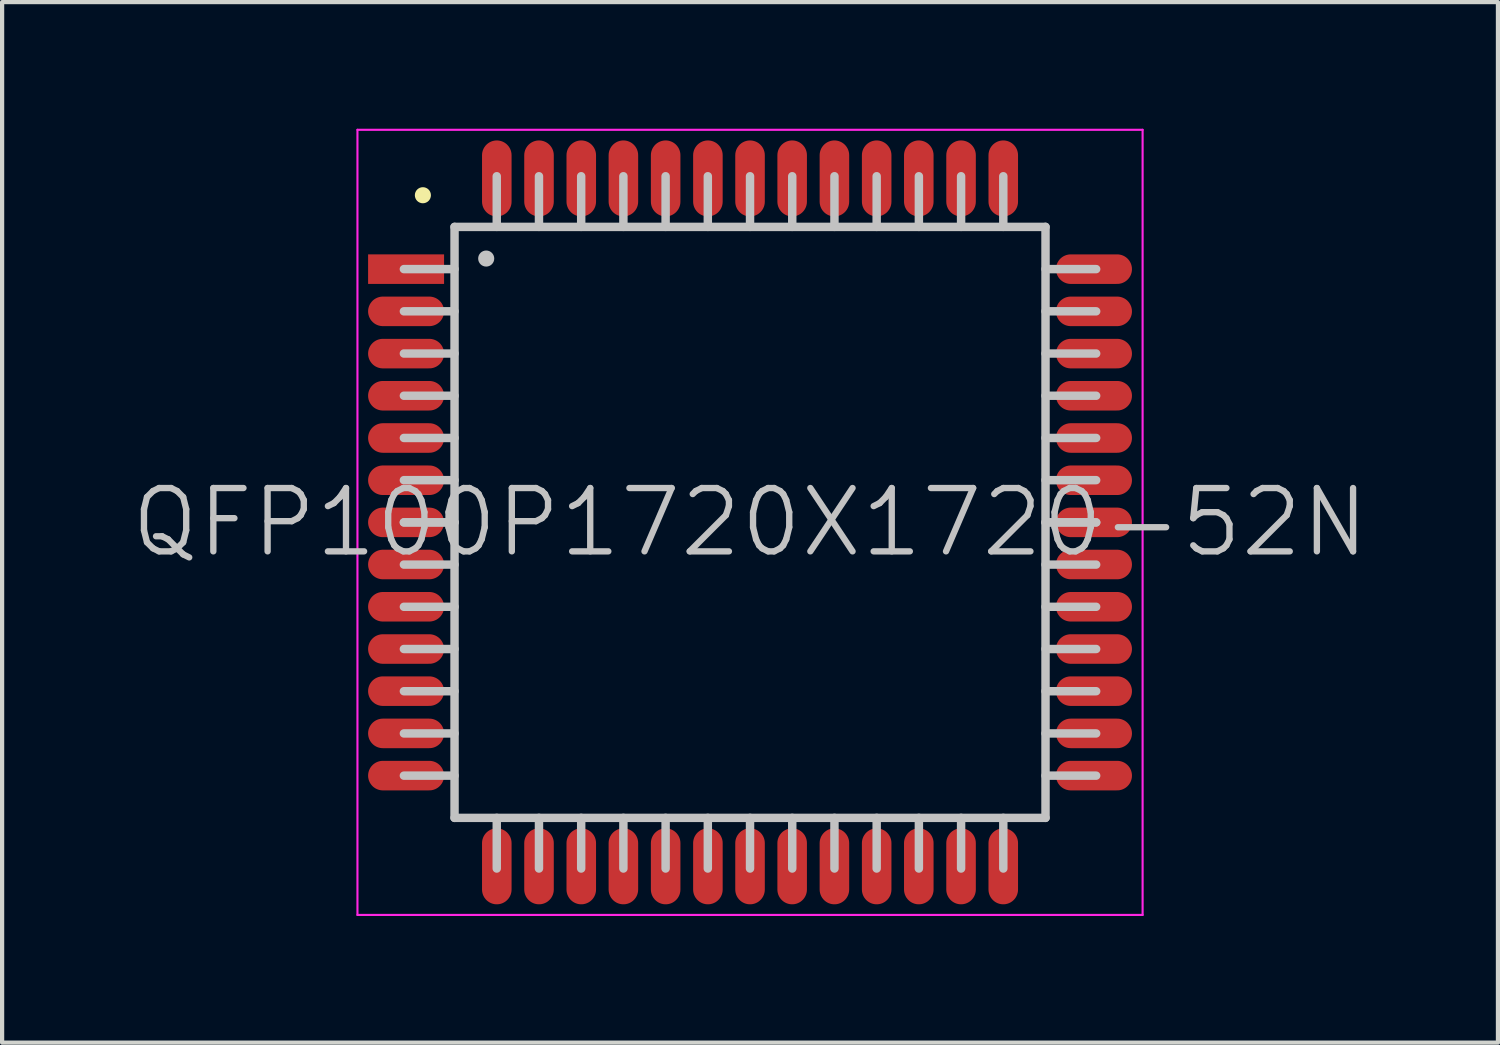
<source format=kicad_pcb>
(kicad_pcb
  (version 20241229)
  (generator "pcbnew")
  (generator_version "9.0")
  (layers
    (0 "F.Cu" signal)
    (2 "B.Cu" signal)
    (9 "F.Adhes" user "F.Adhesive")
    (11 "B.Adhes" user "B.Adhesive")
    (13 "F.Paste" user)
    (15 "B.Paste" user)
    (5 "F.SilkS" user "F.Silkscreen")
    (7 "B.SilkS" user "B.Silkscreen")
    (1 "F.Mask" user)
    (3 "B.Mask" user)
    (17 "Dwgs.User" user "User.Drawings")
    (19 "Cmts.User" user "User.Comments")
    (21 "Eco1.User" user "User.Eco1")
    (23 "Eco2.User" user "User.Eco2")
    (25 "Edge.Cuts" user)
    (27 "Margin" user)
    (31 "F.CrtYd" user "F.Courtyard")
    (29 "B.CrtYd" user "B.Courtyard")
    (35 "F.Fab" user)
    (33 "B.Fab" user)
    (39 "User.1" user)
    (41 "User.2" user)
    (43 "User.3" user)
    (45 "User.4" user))
  (footprint "QFP100P1720X1720-52N"
    (layer "F.Cu")
    (at 14.718 9.325)
    (property "Reference" "QFP100P1720X1720-52N" (at 0 0 0) (layer "Dwgs.User") (effects (font (size 1.5 1.5) (thickness 0.15))))
    (attr smd)
    (fp_line (start -7.75 -7.75) (end -7.75 -7.75) (stroke (width 0.381) (type solid)) (layer "F.SilkS"))
    (fp_line (start -7 -7) (end -7 7) (stroke (width 0.2) (type solid)) (layer "Dwgs.User"))
    (fp_line (start -7 -7) (end 7 -7) (stroke (width 0.2) (type solid)) (layer "Dwgs.User"))
    (fp_line (start -7 -6) (end -8.2 -6) (stroke (width 0.2) (type solid)) (layer "Dwgs.User"))
    (fp_line (start -7 -5) (end -8.2 -5) (stroke (width 0.2) (type solid)) (layer "Dwgs.User"))
    (fp_line (start -7 -4) (end -8.2 -4) (stroke (width 0.2) (type solid)) (layer "Dwgs.User"))
    (fp_line (start -7 -3) (end -8.2 -3) (stroke (width 0.2) (type solid)) (layer "Dwgs.User"))
    (fp_line (start -7 -2) (end -8.2 -2) (stroke (width 0.2) (type solid)) (layer "Dwgs.User"))
    (fp_line (start -7 -1) (end -8.2 -1) (stroke (width 0.2) (type solid)) (layer "Dwgs.User"))
    (fp_line (start -7 0) (end -8.2 0) (stroke (width 0.2) (type solid)) (layer "Dwgs.User"))
    (fp_line (start -7 0) (end -8.2 0) (stroke (width 0.2) (type solid)) (layer "Dwgs.User"))
    (fp_line (start -7 1) (end -8.2 1) (stroke (width 0.2) (type solid)) (layer "Dwgs.User"))
    (fp_line (start -7 2) (end -8.2 2) (stroke (width 0.2) (type solid)) (layer "Dwgs.User"))
    (fp_line (start -7 3) (end -8.2 3) (stroke (width 0.2) (type solid)) (layer "Dwgs.User"))
    (fp_line (start -7 4) (end -8.2 4) (stroke (width 0.2) (type solid)) (layer "Dwgs.User"))
    (fp_line (start -7 5) (end -8.2 5) (stroke (width 0.2) (type solid)) (layer "Dwgs.User"))
    (fp_line (start -7 6) (end -8.2 6) (stroke (width 0.2) (type solid)) (layer "Dwgs.User"))
    (fp_line (start -7 7) (end 7 7) (stroke (width 0.2) (type solid)) (layer "Dwgs.User"))
    (fp_line (start -6.25 -6.25) (end -6.25 -6.25) (stroke (width 0.381) (type solid)) (layer "Dwgs.User"))
    (fp_line (start -6 -7) (end -6 -8.2) (stroke (width 0.2) (type solid)) (layer "Dwgs.User"))
    (fp_line (start -6 8.2) (end -6 7) (stroke (width 0.2) (type solid)) (layer "Dwgs.User"))
    (fp_line (start -5 -7) (end -5 -8.2) (stroke (width 0.2) (type solid)) (layer "Dwgs.User"))
    (fp_line (start -5 8.2) (end -5 7) (stroke (width 0.2) (type solid)) (layer "Dwgs.User"))
    (fp_line (start -4 -7) (end -4 -8.2) (stroke (width 0.2) (type solid)) (layer "Dwgs.User"))
    (fp_line (start -4 8.2) (end -4 7) (stroke (width 0.2) (type solid)) (layer "Dwgs.User"))
    (fp_line (start -3 -7) (end -3 -8.2) (stroke (width 0.2) (type solid)) (layer "Dwgs.User"))
    (fp_line (start -3 8.2) (end -3 7) (stroke (width 0.2) (type solid)) (layer "Dwgs.User"))
    (fp_line (start -2 -7) (end -2 -8.2) (stroke (width 0.2) (type solid)) (layer "Dwgs.User"))
    (fp_line (start -2 8.2) (end -2 7) (stroke (width 0.2) (type solid)) (layer "Dwgs.User"))
    (fp_line (start -1 -7) (end -1 -8.2) (stroke (width 0.2) (type solid)) (layer "Dwgs.User"))
    (fp_line (start -1 8.2) (end -1 7) (stroke (width 0.2) (type solid)) (layer "Dwgs.User"))
    (fp_line (start 0 -7) (end 0 -8.2) (stroke (width 0.2) (type solid)) (layer "Dwgs.User"))
    (fp_line (start 0 8.2) (end 0 7) (stroke (width 0.2) (type solid)) (layer "Dwgs.User"))
    (fp_line (start 1 -7) (end 1 -8.2) (stroke (width 0.2) (type solid)) (layer "Dwgs.User"))
    (fp_line (start 1 8.2) (end 1 7) (stroke (width 0.2) (type solid)) (layer "Dwgs.User"))
    (fp_line (start 2 -7) (end 2 -8.2) (stroke (width 0.2) (type solid)) (layer "Dwgs.User"))
    (fp_line (start 2 8.2) (end 2 7) (stroke (width 0.2) (type solid)) (layer "Dwgs.User"))
    (fp_line (start 3 -7) (end 3 -8.2) (stroke (width 0.2) (type solid)) (layer "Dwgs.User"))
    (fp_line (start 3 8.2) (end 3 7) (stroke (width 0.2) (type solid)) (layer "Dwgs.User"))
    (fp_line (start 4 -7) (end 4 -8.2) (stroke (width 0.2) (type solid)) (layer "Dwgs.User"))
    (fp_line (start 4 8.2) (end 4 7) (stroke (width 0.2) (type solid)) (layer "Dwgs.User"))
    (fp_line (start 5 -7) (end 5 -8.2) (stroke (width 0.2) (type solid)) (layer "Dwgs.User"))
    (fp_line (start 5 8.2) (end 5 7) (stroke (width 0.2) (type solid)) (layer "Dwgs.User"))
    (fp_line (start 6 -7) (end 6 -8.2) (stroke (width 0.2) (type solid)) (layer "Dwgs.User"))
    (fp_line (start 6 8.2) (end 6 7) (stroke (width 0.2) (type solid)) (layer "Dwgs.User"))
    (fp_line (start 7 -7) (end 7 7) (stroke (width 0.2) (type solid)) (layer "Dwgs.User"))
    (fp_line (start 8.2 -6) (end 7 -6) (stroke (width 0.2) (type solid)) (layer "Dwgs.User"))
    (fp_line (start 8.2 -5) (end 7 -5) (stroke (width 0.2) (type solid)) (layer "Dwgs.User"))
    (fp_line (start 8.2 -4) (end 7 -4) (stroke (width 0.2) (type solid)) (layer "Dwgs.User"))
    (fp_line (start 8.2 -3) (end 7 -3) (stroke (width 0.2) (type solid)) (layer "Dwgs.User"))
    (fp_line (start 8.2 -2) (end 7 -2) (stroke (width 0.2) (type solid)) (layer "Dwgs.User"))
    (fp_line (start 8.2 -1) (end 7 -1) (stroke (width 0.2) (type solid)) (layer "Dwgs.User"))
    (fp_line (start 8.2 0) (end 7 0) (stroke (width 0.2) (type solid)) (layer "Dwgs.User"))
    (fp_line (start 8.2 0) (end 7 0) (stroke (width 0.2) (type solid)) (layer "Dwgs.User"))
    (fp_line (start 8.2 1) (end 7 1) (stroke (width 0.2) (type solid)) (layer "Dwgs.User"))
    (fp_line (start 8.2 2) (end 7 2) (stroke (width 0.2) (type solid)) (layer "Dwgs.User"))
    (fp_line (start 8.2 3) (end 7 3) (stroke (width 0.2) (type solid)) (layer "Dwgs.User"))
    (fp_line (start 8.2 4) (end 7 4) (stroke (width 0.2) (type solid)) (layer "Dwgs.User"))
    (fp_line (start 8.2 5) (end 7 5) (stroke (width 0.2) (type solid)) (layer "Dwgs.User"))
    (fp_line (start 8.2 6) (end 7 6) (stroke (width 0.2) (type solid)) (layer "Dwgs.User"))
    (fp_line (start -9.3 -9.3) (end -9.3 9.3) (stroke (width 0.05) (type solid)) (layer "F.CrtYd"))
    (fp_line (start -9.3 -9.3) (end 9.3 -9.3) (stroke (width 0.05) (type solid)) (layer "F.CrtYd"))
    (fp_line (start -9.3 9.3) (end 9.3 9.3) (stroke (width 0.05) (type solid)) (layer "F.CrtYd"))
    (fp_line (start 9.3 -9.3) (end 9.3 9.3) (stroke (width 0.05) (type solid)) (layer "F.CrtYd"))
    (pad "1" smd rect (at -8.148 -5.999 90) (size 0.7 1.8) (layers "F.Cu" "F.Mask" "F.Paste"))
    (pad "2" smd oval (at -8.148 -4.999 90) (size 0.7 1.8) (layers "F.Cu" "F.Mask" "F.Paste"))
    (pad "3" smd oval (at -8.148 -3.998 90) (size 0.7 1.8) (layers "F.Cu" "F.Mask" "F.Paste"))
    (pad "4" smd oval (at -8.148 -3 90) (size 0.7 1.8) (layers "F.Cu" "F.Mask" "F.Paste"))
    (pad "5" smd oval (at -8.148 -1.999 90) (size 0.7 1.8) (layers "F.Cu" "F.Mask" "F.Paste"))
    (pad "6" smd oval (at -8.148 -0.998 90) (size 0.7 1.8) (layers "F.Cu" "F.Mask" "F.Paste"))
    (pad "7" smd oval (at -8.148 0 90) (size 0.7 1.8) (layers "F.Cu" "F.Mask" "F.Paste"))
    (pad "8" smd oval (at -8.148 0.998 90) (size 0.7 1.8) (layers "F.Cu" "F.Mask" "F.Paste"))
    (pad "9" smd oval (at -8.148 1.999 90) (size 0.7 1.8) (layers "F.Cu" "F.Mask" "F.Paste"))
    (pad "10" smd oval (at -8.148 3 90) (size 0.7 1.8) (layers "F.Cu" "F.Mask" "F.Paste"))
    (pad "11" smd oval (at -8.148 3.998 90) (size 0.7 1.8) (layers "F.Cu" "F.Mask" "F.Paste"))
    (pad "12" smd oval (at -8.148 4.999 90) (size 0.7 1.8) (layers "F.Cu" "F.Mask" "F.Paste"))
    (pad "13" smd oval (at -8.148 5.999 90) (size 0.7 1.8) (layers "F.Cu" "F.Mask" "F.Paste"))
    (pad "14" smd oval (at -5.999 8.148 180) (size 0.7 1.8) (layers "F.Cu" "F.Mask" "F.Paste"))
    (pad "15" smd oval (at -4.999 8.148 180) (size 0.7 1.8) (layers "F.Cu" "F.Mask" "F.Paste"))
    (pad "16" smd oval (at -3.998 8.148 180) (size 0.7 1.8) (layers "F.Cu" "F.Mask" "F.Paste"))
    (pad "17" smd oval (at -3 8.148 180) (size 0.7 1.8) (layers "F.Cu" "F.Mask" "F.Paste"))
    (pad "18" smd oval (at -1.999 8.148 180) (size 0.7 1.8) (layers "F.Cu" "F.Mask" "F.Paste"))
    (pad "19" smd oval (at -0.998 8.148 180) (size 0.7 1.8) (layers "F.Cu" "F.Mask" "F.Paste"))
    (pad "20" smd oval (at 0 8.148 180) (size 0.7 1.8) (layers "F.Cu" "F.Mask" "F.Paste"))
    (pad "21" smd oval (at 0.998 8.148 180) (size 0.7 1.8) (layers "F.Cu" "F.Mask" "F.Paste"))
    (pad "22" smd oval (at 1.999 8.148 180) (size 0.7 1.8) (layers "F.Cu" "F.Mask" "F.Paste"))
    (pad "23" smd oval (at 3 8.148 180) (size 0.7 1.8) (layers "F.Cu" "F.Mask" "F.Paste"))
    (pad "24" smd oval (at 3.998 8.148 180) (size 0.7 1.8) (layers "F.Cu" "F.Mask" "F.Paste"))
    (pad "25" smd oval (at 4.999 8.148 180) (size 0.7 1.8) (layers "F.Cu" "F.Mask" "F.Paste"))
    (pad "26" smd oval (at 5.999 8.148 180) (size 0.7 1.8) (layers "F.Cu" "F.Mask" "F.Paste"))
    (pad "27" smd oval (at 8.148 5.999 270) (size 0.7 1.8) (layers "F.Cu" "F.Mask" "F.Paste"))
    (pad "28" smd oval (at 8.148 4.999 270) (size 0.7 1.8) (layers "F.Cu" "F.Mask" "F.Paste"))
    (pad "29" smd oval (at 8.148 3.998 270) (size 0.7 1.8) (layers "F.Cu" "F.Mask" "F.Paste"))
    (pad "30" smd oval (at 8.148 3 270) (size 0.7 1.8) (layers "F.Cu" "F.Mask" "F.Paste"))
    (pad "31" smd oval (at 8.148 1.999 270) (size 0.7 1.8) (layers "F.Cu" "F.Mask" "F.Paste"))
    (pad "32" smd oval (at 8.148 0.998 270) (size 0.7 1.8) (layers "F.Cu" "F.Mask" "F.Paste"))
    (pad "33" smd oval (at 8.148 0 270) (size 0.7 1.8) (layers "F.Cu" "F.Mask" "F.Paste"))
    (pad "34" smd oval (at 8.148 -0.998 270) (size 0.7 1.8) (layers "F.Cu" "F.Mask" "F.Paste"))
    (pad "35" smd oval (at 8.148 -1.999 270) (size 0.7 1.8) (layers "F.Cu" "F.Mask" "F.Paste"))
    (pad "36" smd oval (at 8.148 -3 270) (size 0.7 1.8) (layers "F.Cu" "F.Mask" "F.Paste"))
    (pad "37" smd oval (at 8.148 -3.998 270) (size 0.7 1.8) (layers "F.Cu" "F.Mask" "F.Paste"))
    (pad "38" smd oval (at 8.148 -4.999 270) (size 0.7 1.8) (layers "F.Cu" "F.Mask" "F.Paste"))
    (pad "39" smd oval (at 8.148 -5.999 270) (size 0.7 1.8) (layers "F.Cu" "F.Mask" "F.Paste"))
    (pad "40" smd oval (at 5.999 -8.148) (size 0.7 1.8) (layers "F.Cu" "F.Mask" "F.Paste"))
    (pad "41" smd oval (at 4.999 -8.148) (size 0.7 1.8) (layers "F.Cu" "F.Mask" "F.Paste"))
    (pad "42" smd oval (at 3.998 -8.148) (size 0.7 1.8) (layers "F.Cu" "F.Mask" "F.Paste"))
    (pad "43" smd oval (at 3 -8.148) (size 0.7 1.8) (layers "F.Cu" "F.Mask" "F.Paste"))
    (pad "44" smd oval (at 1.999 -8.148) (size 0.7 1.8) (layers "F.Cu" "F.Mask" "F.Paste"))
    (pad "45" smd oval (at 0.998 -8.148) (size 0.7 1.8) (layers "F.Cu" "F.Mask" "F.Paste"))
    (pad "46" smd oval (at 0 -8.148) (size 0.7 1.8) (layers "F.Cu" "F.Mask" "F.Paste"))
    (pad "47" smd oval (at -0.998 -8.148) (size 0.7 1.8) (layers "F.Cu" "F.Mask" "F.Paste"))
    (pad "48" smd oval (at -1.999 -8.148) (size 0.7 1.8) (layers "F.Cu" "F.Mask" "F.Paste"))
    (pad "49" smd oval (at -3 -8.148) (size 0.7 1.8) (layers "F.Cu" "F.Mask" "F.Paste"))
    (pad "50" smd oval (at -3.998 -8.148) (size 0.7 1.8) (layers "F.Cu" "F.Mask" "F.Paste"))
    (pad "51" smd oval (at -4.999 -8.148) (size 0.7 1.8) (layers "F.Cu" "F.Mask" "F.Paste"))
    (pad "52" smd oval (at -5.999 -8.148) (size 0.7 1.8) (layers "F.Cu" "F.Mask" "F.Paste")))
  (gr_rect
    (start -3 -3)
    (end 32.436 21.65)
    (stroke (width 0.1) (type default))
    (fill no)
    (layer "Edge.Cuts")))
</source>
